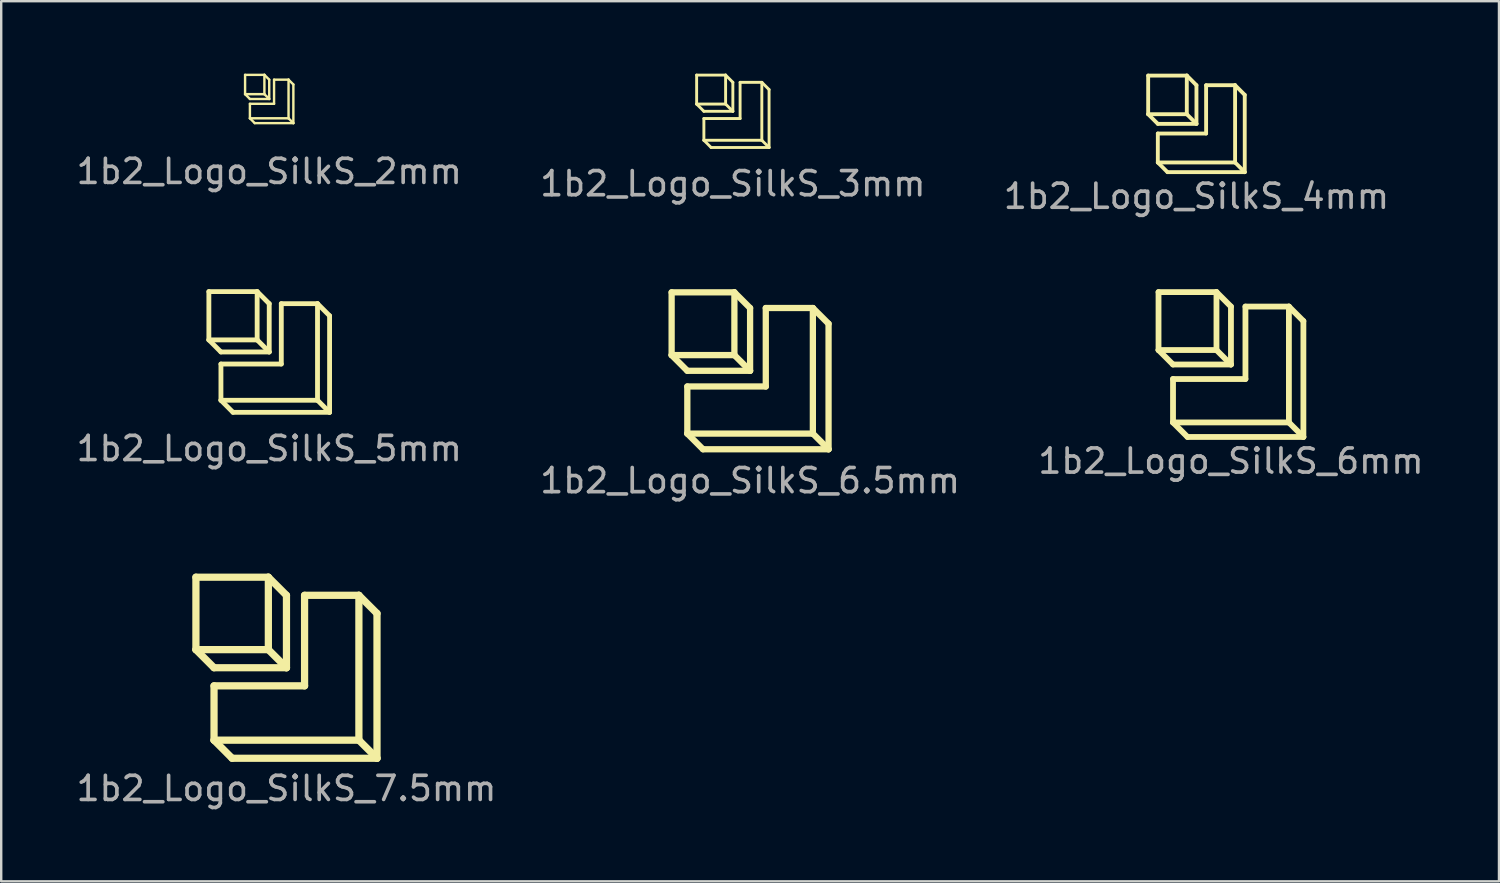
<source format=kicad_pcb>
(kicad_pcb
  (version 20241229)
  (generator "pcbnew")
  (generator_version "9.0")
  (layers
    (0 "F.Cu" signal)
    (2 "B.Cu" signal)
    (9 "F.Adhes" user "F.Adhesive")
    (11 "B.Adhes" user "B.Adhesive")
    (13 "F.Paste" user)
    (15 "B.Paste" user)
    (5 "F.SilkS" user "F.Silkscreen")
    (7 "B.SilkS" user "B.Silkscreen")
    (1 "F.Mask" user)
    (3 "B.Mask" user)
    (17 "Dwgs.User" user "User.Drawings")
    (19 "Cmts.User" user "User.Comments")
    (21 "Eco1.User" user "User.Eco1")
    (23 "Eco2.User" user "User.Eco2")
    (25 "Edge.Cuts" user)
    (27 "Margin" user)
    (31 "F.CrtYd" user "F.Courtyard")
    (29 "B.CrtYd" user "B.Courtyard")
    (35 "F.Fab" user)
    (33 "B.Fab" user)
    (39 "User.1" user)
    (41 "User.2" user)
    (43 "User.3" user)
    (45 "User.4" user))
  (footprint "1b2_Logo_SilkS_4mm"
    (layer "F.Cu")
    (at 46.506 2.08)
    (property "Reference" "1b2_Logo_SilkS_4mm" (at 0 3 0) (layer "F.Fab") (effects (font (size 1 1) (thickness 0.15))))
    (attr exclude_from_pos_files exclude_from_bom)
    (fp_line (start -2 -2) (end -2 -0.4) (stroke (width 0.16) (type solid)) (layer "F.SilkS"))
    (fp_line (start -2 -0.4) (end -1.6 0) (stroke (width 0.16) (type solid)) (layer "F.SilkS"))
    (fp_line (start -2 -0.4) (end -0.4 -0.4) (stroke (width 0.16) (type solid)) (layer "F.SilkS"))
    (fp_line (start -1.6 0) (end 0 0) (stroke (width 0.16) (type solid)) (layer "F.SilkS"))
    (fp_line (start -1.6 0.4) (end -1.6 1.6) (stroke (width 0.16) (type solid)) (layer "F.SilkS"))
    (fp_line (start -1.6 1.6) (end -1.2 2) (stroke (width 0.16) (type solid)) (layer "F.SilkS"))
    (fp_line (start -1.6 1.6) (end 1.6 1.6) (stroke (width 0.16) (type solid)) (layer "F.SilkS"))
    (fp_line (start -1.2 2) (end 2 2) (stroke (width 0.16) (type solid)) (layer "F.SilkS"))
    (fp_line (start -0.4 -2) (end -2 -2) (stroke (width 0.16) (type solid)) (layer "F.SilkS"))
    (fp_line (start -0.4 -2) (end 0 -1.6) (stroke (width 0.16) (type solid)) (layer "F.SilkS"))
    (fp_line (start -0.4 -0.4) (end -0.4 -2) (stroke (width 0.16) (type solid)) (layer "F.SilkS"))
    (fp_line (start 0 -1.6) (end 0 0) (stroke (width 0.16) (type solid)) (layer "F.SilkS"))
    (fp_line (start 0 0) (end -0.4 -0.4) (stroke (width 0.16) (type solid)) (layer "F.SilkS"))
    (fp_line (start 0.4 -1.6) (end 0.4 0.4) (stroke (width 0.16) (type solid)) (layer "F.SilkS"))
    (fp_line (start 0.4 0.4) (end -1.6 0.4) (stroke (width 0.16) (type solid)) (layer "F.SilkS"))
    (fp_line (start 1.6 -1.6) (end 0.4 -1.6) (stroke (width 0.16) (type solid)) (layer "F.SilkS"))
    (fp_line (start 1.6 -1.6) (end 2 -1.2) (stroke (width 0.16) (type solid)) (layer "F.SilkS"))
    (fp_line (start 1.6 1.6) (end 1.6 -1.6) (stroke (width 0.16) (type solid)) (layer "F.SilkS"))
    (fp_line (start 2 -1.2) (end 2 2) (stroke (width 0.16) (type solid)) (layer "F.SilkS"))
    (fp_line (start 2 2) (end 1.6 1.6) (stroke (width 0.16) (type solid)) (layer "F.SilkS")))
  (footprint "1b2_Logo_SilkS_5mm"
    (layer "F.Cu")
    (at 8.101 11.528)
    (property "Reference" "1b2_Logo_SilkS_5mm" (at 0 4 0) (layer "F.Fab") (effects (font (size 1 1) (thickness 0.15))))
    (attr exclude_from_pos_files exclude_from_bom)
    (fp_line (start -2.5 -2.5) (end -2.5 -0.5) (stroke (width 0.2) (type solid)) (layer "F.SilkS"))
    (fp_line (start -2.5 -0.5) (end -2 0) (stroke (width 0.2) (type solid)) (layer "F.SilkS"))
    (fp_line (start -2.5 -0.5) (end -0.5 -0.5) (stroke (width 0.2) (type solid)) (layer "F.SilkS"))
    (fp_line (start -2 0) (end 0 0) (stroke (width 0.2) (type solid)) (layer "F.SilkS"))
    (fp_line (start -2 0.5) (end -2 2) (stroke (width 0.2) (type solid)) (layer "F.SilkS"))
    (fp_line (start -2 2) (end -1.5 2.5) (stroke (width 0.2) (type solid)) (layer "F.SilkS"))
    (fp_line (start -2 2) (end 2 2) (stroke (width 0.2) (type solid)) (layer "F.SilkS"))
    (fp_line (start -1.5 2.5) (end 2.5 2.5) (stroke (width 0.2) (type solid)) (layer "F.SilkS"))
    (fp_line (start -0.5 -2.5) (end -2.5 -2.5) (stroke (width 0.2) (type solid)) (layer "F.SilkS"))
    (fp_line (start -0.5 -2.5) (end 0 -2) (stroke (width 0.2) (type solid)) (layer "F.SilkS"))
    (fp_line (start -0.5 -0.5) (end -0.5 -2.5) (stroke (width 0.2) (type solid)) (layer "F.SilkS"))
    (fp_line (start 0 -2) (end 0 0) (stroke (width 0.2) (type solid)) (layer "F.SilkS"))
    (fp_line (start 0 0) (end -0.5 -0.5) (stroke (width 0.2) (type solid)) (layer "F.SilkS"))
    (fp_line (start 0.5 -2) (end 0.5 0.5) (stroke (width 0.2) (type solid)) (layer "F.SilkS"))
    (fp_line (start 0.5 0.5) (end -2 0.5) (stroke (width 0.2) (type solid)) (layer "F.SilkS"))
    (fp_line (start 2 -2) (end 0.5 -2) (stroke (width 0.2) (type solid)) (layer "F.SilkS"))
    (fp_line (start 2 -2) (end 2.5 -1.5) (stroke (width 0.2) (type solid)) (layer "F.SilkS"))
    (fp_line (start 2 2) (end 2 -2) (stroke (width 0.2) (type solid)) (layer "F.SilkS"))
    (fp_line (start 2.5 -1.5) (end 2.5 2.5) (stroke (width 0.2) (type solid)) (layer "F.SilkS"))
    (fp_line (start 2.5 2.5) (end 2 2) (stroke (width 0.2) (type solid)) (layer "F.SilkS")))
  (footprint "1b2_Logo_SilkS_2mm"
    (layer "F.Cu")
    (at 8.101 1.05)
    (property "Reference" "1b2_Logo_SilkS_2mm" (at 0 3 0) (layer "F.Fab") (effects (font (size 1 1) (thickness 0.15))))
    (attr exclude_from_pos_files exclude_from_bom)
    (fp_line (start -1 -1) (end -1 -0.2) (stroke (width 0.1) (type solid)) (layer "F.SilkS"))
    (fp_line (start -1 -0.2) (end -0.8 0) (stroke (width 0.1) (type solid)) (layer "F.SilkS"))
    (fp_line (start -1 -0.2) (end -0.2 -0.2) (stroke (width 0.1) (type solid)) (layer "F.SilkS"))
    (fp_line (start -0.8 0) (end 0 0) (stroke (width 0.1) (type solid)) (layer "F.SilkS"))
    (fp_line (start -0.8 0.2) (end -0.8 0.8) (stroke (width 0.1) (type solid)) (layer "F.SilkS"))
    (fp_line (start -0.8 0.8) (end -0.6 1) (stroke (width 0.1) (type solid)) (layer "F.SilkS"))
    (fp_line (start -0.8 0.8) (end 0.8 0.8) (stroke (width 0.1) (type solid)) (layer "F.SilkS"))
    (fp_line (start -0.6 1) (end 1 1) (stroke (width 0.1) (type solid)) (layer "F.SilkS"))
    (fp_line (start -0.2 -1) (end -1 -1) (stroke (width 0.1) (type solid)) (layer "F.SilkS"))
    (fp_line (start -0.2 -1) (end 0 -0.8) (stroke (width 0.1) (type solid)) (layer "F.SilkS"))
    (fp_line (start -0.2 -0.2) (end -0.2 -1) (stroke (width 0.1) (type solid)) (layer "F.SilkS"))
    (fp_line (start 0 -0.8) (end 0 0) (stroke (width 0.1) (type solid)) (layer "F.SilkS"))
    (fp_line (start 0 0) (end -0.2 -0.2) (stroke (width 0.1) (type solid)) (layer "F.SilkS"))
    (fp_line (start 0.2 -0.8) (end 0.2 0.2) (stroke (width 0.1) (type solid)) (layer "F.SilkS"))
    (fp_line (start 0.2 0.2) (end -0.8 0.2) (stroke (width 0.1) (type solid)) (layer "F.SilkS"))
    (fp_line (start 0.8 -0.8) (end 0.2 -0.8) (stroke (width 0.1) (type solid)) (layer "F.SilkS"))
    (fp_line (start 0.8 -0.8) (end 1 -0.6) (stroke (width 0.1) (type solid)) (layer "F.SilkS"))
    (fp_line (start 0.8 0.8) (end 0.8 -0.8) (stroke (width 0.1) (type solid)) (layer "F.SilkS"))
    (fp_line (start 1 -0.6) (end 1 1) (stroke (width 0.1) (type solid)) (layer "F.SilkS"))
    (fp_line (start 1 1) (end 0.8 0.8) (stroke (width 0.1) (type solid)) (layer "F.SilkS")))
  (footprint "1b2_Logo_SilkS_6mm"
    (layer "F.Cu")
    (at 47.935 12.048)
    (property "Reference" "1b2_Logo_SilkS_6mm" (at 0 4 0) (layer "F.Fab") (effects (font (size 1 1) (thickness 0.15))))
    (attr exclude_from_pos_files exclude_from_bom)
    (fp_line (start -3 -3) (end -0.6 -3) (stroke (width 0.24) (type solid)) (layer "F.SilkS"))
    (fp_line (start -3 -0.6) (end -3 -3) (stroke (width 0.24) (type solid)) (layer "F.SilkS"))
    (fp_line (start -2.4 0) (end -3 -0.6) (stroke (width 0.24) (type solid)) (layer "F.SilkS"))
    (fp_line (start -2.4 0.6) (end 0.6 0.6) (stroke (width 0.24) (type solid)) (layer "F.SilkS"))
    (fp_line (start -2.4 2.4) (end -2.4 0.6) (stroke (width 0.24) (type solid)) (layer "F.SilkS"))
    (fp_line (start -1.8 3) (end -2.4 2.4) (stroke (width 0.24) (type solid)) (layer "F.SilkS"))
    (fp_line (start -0.6 -3) (end -0.6 -0.6) (stroke (width 0.24) (type solid)) (layer "F.SilkS"))
    (fp_line (start -0.6 -3) (end 0 -2.4) (stroke (width 0.24) (type solid)) (layer "F.SilkS"))
    (fp_line (start -0.6 -0.6) (end -3 -0.6) (stroke (width 0.24) (type solid)) (layer "F.SilkS"))
    (fp_line (start -0.6 -0.6) (end 0 0) (stroke (width 0.24) (type solid)) (layer "F.SilkS"))
    (fp_line (start 0 -2.4) (end 0 0) (stroke (width 0.24) (type solid)) (layer "F.SilkS"))
    (fp_line (start 0 0) (end -2.4 0) (stroke (width 0.24) (type solid)) (layer "F.SilkS"))
    (fp_line (start 0.6 -2.4) (end 2.4 -2.4) (stroke (width 0.24) (type solid)) (layer "F.SilkS"))
    (fp_line (start 0.6 0.6) (end 0.6 -2.4) (stroke (width 0.24) (type solid)) (layer "F.SilkS"))
    (fp_line (start 2.4 -2.4) (end 2.4 2.4) (stroke (width 0.24) (type solid)) (layer "F.SilkS"))
    (fp_line (start 2.4 -2.4) (end 3 -1.8) (stroke (width 0.24) (type solid)) (layer "F.SilkS"))
    (fp_line (start 2.4 2.4) (end -2.4 2.4) (stroke (width 0.24) (type solid)) (layer "F.SilkS"))
    (fp_line (start 2.4 2.4) (end 3 3) (stroke (width 0.24) (type solid)) (layer "F.SilkS"))
    (fp_line (start 3 -1.8) (end 3 3) (stroke (width 0.24) (type solid)) (layer "F.SilkS"))
    (fp_line (start 3 3) (end -1.8 3) (stroke (width 0.24) (type solid)) (layer "F.SilkS")))
  (footprint "1b2_Logo_SilkS_3mm"
    (layer "F.Cu")
    (at 27.304 1.56)
    (property "Reference" "1b2_Logo_SilkS_3mm" (at 0 3 0) (layer "F.Fab") (effects (font (size 1 1) (thickness 0.15))))
    (attr exclude_from_pos_files exclude_from_bom)
    (fp_line (start -1.5 -1.5) (end -1.5 -0.3) (stroke (width 0.12) (type solid)) (layer "F.SilkS"))
    (fp_line (start -1.5 -0.3) (end -1.2 0) (stroke (width 0.12) (type solid)) (layer "F.SilkS"))
    (fp_line (start -1.5 -0.3) (end -0.3 -0.3) (stroke (width 0.12) (type solid)) (layer "F.SilkS"))
    (fp_line (start -1.2 0) (end 0 0) (stroke (width 0.12) (type solid)) (layer "F.SilkS"))
    (fp_line (start -1.2 0.3) (end -1.2 1.2) (stroke (width 0.12) (type solid)) (layer "F.SilkS"))
    (fp_line (start -1.2 1.2) (end -0.9 1.5) (stroke (width 0.12) (type solid)) (layer "F.SilkS"))
    (fp_line (start -1.2 1.2) (end 1.2 1.2) (stroke (width 0.12) (type solid)) (layer "F.SilkS"))
    (fp_line (start -0.9 1.5) (end 1.5 1.5) (stroke (width 0.12) (type solid)) (layer "F.SilkS"))
    (fp_line (start -0.3 -1.5) (end -1.5 -1.5) (stroke (width 0.12) (type solid)) (layer "F.SilkS"))
    (fp_line (start -0.3 -1.5) (end 0 -1.2) (stroke (width 0.12) (type solid)) (layer "F.SilkS"))
    (fp_line (start -0.3 -0.3) (end -0.3 -1.5) (stroke (width 0.12) (type solid)) (layer "F.SilkS"))
    (fp_line (start 0 -1.2) (end 0 0) (stroke (width 0.12) (type solid)) (layer "F.SilkS"))
    (fp_line (start 0 0) (end -0.3 -0.3) (stroke (width 0.12) (type solid)) (layer "F.SilkS"))
    (fp_line (start 0.3 -1.2) (end 0.3 0.3) (stroke (width 0.12) (type solid)) (layer "F.SilkS"))
    (fp_line (start 0.3 0.3) (end -1.2 0.3) (stroke (width 0.12) (type solid)) (layer "F.SilkS"))
    (fp_line (start 1.2 -1.2) (end 0.3 -1.2) (stroke (width 0.12) (type solid)) (layer "F.SilkS"))
    (fp_line (start 1.2 -1.2) (end 1.5 -0.9) (stroke (width 0.12) (type solid)) (layer "F.SilkS"))
    (fp_line (start 1.2 1.2) (end 1.2 -1.2) (stroke (width 0.12) (type solid)) (layer "F.SilkS"))
    (fp_line (start 1.5 -0.9) (end 1.5 1.5) (stroke (width 0.12) (type solid)) (layer "F.SilkS"))
    (fp_line (start 1.5 1.5) (end 1.2 1.2) (stroke (width 0.12) (type solid)) (layer "F.SilkS")))
  (footprint "1b2_Logo_SilkS_6.5mm"
    (layer "F.Cu")
    (at 28.018 12.308)
    (property "Reference" "1b2_Logo_SilkS_6.5mm" (at 0 4.55 0) (layer "F.Fab") (effects (font (size 1 1) (thickness 0.15))))
    (attr exclude_from_pos_files exclude_from_bom)
    (fp_line (start -3.25 -3.25) (end -3.25 -0.65) (stroke (width 0.26) (type solid)) (layer "F.SilkS"))
    (fp_line (start -3.25 -0.65) (end -2.6 0) (stroke (width 0.26) (type solid)) (layer "F.SilkS"))
    (fp_line (start -3.25 -0.65) (end -0.65 -0.65) (stroke (width 0.26) (type solid)) (layer "F.SilkS"))
    (fp_line (start -2.6 0) (end 0 0) (stroke (width 0.26) (type solid)) (layer "F.SilkS"))
    (fp_line (start -2.6 0.65) (end -2.6 2.6) (stroke (width 0.26) (type solid)) (layer "F.SilkS"))
    (fp_line (start -2.6 2.6) (end -1.95 3.25) (stroke (width 0.26) (type solid)) (layer "F.SilkS"))
    (fp_line (start -2.6 2.6) (end 2.6 2.6) (stroke (width 0.26) (type solid)) (layer "F.SilkS"))
    (fp_line (start -1.95 3.25) (end 3.25 3.25) (stroke (width 0.26) (type solid)) (layer "F.SilkS"))
    (fp_line (start -0.65 -3.25) (end -3.25 -3.25) (stroke (width 0.26) (type solid)) (layer "F.SilkS"))
    (fp_line (start -0.65 -3.25) (end 0 -2.6) (stroke (width 0.26) (type solid)) (layer "F.SilkS"))
    (fp_line (start -0.65 -0.65) (end -0.65 -3.25) (stroke (width 0.26) (type solid)) (layer "F.SilkS"))
    (fp_line (start 0 -2.6) (end 0 0) (stroke (width 0.26) (type solid)) (layer "F.SilkS"))
    (fp_line (start 0 0) (end -0.65 -0.65) (stroke (width 0.26) (type solid)) (layer "F.SilkS"))
    (fp_line (start 0.65 -2.6) (end 0.65 0.65) (stroke (width 0.26) (type solid)) (layer "F.SilkS"))
    (fp_line (start 0.65 0.65) (end -2.6 0.65) (stroke (width 0.26) (type solid)) (layer "F.SilkS"))
    (fp_line (start 2.6 -2.6) (end 0.65 -2.6) (stroke (width 0.26) (type solid)) (layer "F.SilkS"))
    (fp_line (start 2.6 -2.6) (end 3.25 -1.95) (stroke (width 0.26) (type solid)) (layer "F.SilkS"))
    (fp_line (start 2.6 2.6) (end 2.6 -2.6) (stroke (width 0.26) (type solid)) (layer "F.SilkS"))
    (fp_line (start 3.25 -1.95) (end 3.25 3.25) (stroke (width 0.26) (type solid)) (layer "F.SilkS"))
    (fp_line (start 3.25 3.25) (end 2.6 2.6) (stroke (width 0.26) (type solid)) (layer "F.SilkS")))
  (footprint "1b2_Logo_SilkS_7.5mm"
    (layer "F.Cu")
    (at 8.815 24.607)
    (property "Reference" "1b2_Logo_SilkS_7.5mm" (at 0 5 0) (layer "F.Fab") (effects (font (size 1 1) (thickness 0.15))))
    (attr exclude_from_pos_files exclude_from_bom)
    (fp_line (start -3.75 -3.75) (end -3.75 -0.75) (stroke (width 0.3) (type solid)) (layer "F.SilkS"))
    (fp_line (start -3.75 -0.75) (end -3 0) (stroke (width 0.3) (type solid)) (layer "F.SilkS"))
    (fp_line (start -3.75 -0.75) (end -0.75 -0.75) (stroke (width 0.3) (type solid)) (layer "F.SilkS"))
    (fp_line (start -3 0) (end 0 0) (stroke (width 0.3) (type solid)) (layer "F.SilkS"))
    (fp_line (start -3 0.75) (end -3 3) (stroke (width 0.3) (type solid)) (layer "F.SilkS"))
    (fp_line (start -3 3) (end -2.25 3.75) (stroke (width 0.3) (type solid)) (layer "F.SilkS"))
    (fp_line (start -3 3) (end 3 3) (stroke (width 0.3) (type solid)) (layer "F.SilkS"))
    (fp_line (start -2.25 3.75) (end 3.75 3.75) (stroke (width 0.3) (type solid)) (layer "F.SilkS"))
    (fp_line (start -0.75 -3.75) (end -3.75 -3.75) (stroke (width 0.3) (type solid)) (layer "F.SilkS"))
    (fp_line (start -0.75 -3.75) (end 0 -3) (stroke (width 0.3) (type solid)) (layer "F.SilkS"))
    (fp_line (start -0.75 -0.75) (end -0.75 -3.75) (stroke (width 0.3) (type solid)) (layer "F.SilkS"))
    (fp_line (start 0 -3) (end 0 0) (stroke (width 0.3) (type solid)) (layer "F.SilkS"))
    (fp_line (start 0 0) (end -0.75 -0.75) (stroke (width 0.3) (type solid)) (layer "F.SilkS"))
    (fp_line (start 0.75 -3) (end 0.75 0.75) (stroke (width 0.3) (type solid)) (layer "F.SilkS"))
    (fp_line (start 0.75 0.75) (end -3 0.75) (stroke (width 0.3) (type solid)) (layer "F.SilkS"))
    (fp_line (start 3 -3) (end 0.75 -3) (stroke (width 0.3) (type solid)) (layer "F.SilkS"))
    (fp_line (start 3 -3) (end 3.75 -2.25) (stroke (width 0.3) (type solid)) (layer "F.SilkS"))
    (fp_line (start 3 3) (end 3 -3) (stroke (width 0.3) (type solid)) (layer "F.SilkS"))
    (fp_line (start 3.75 -2.25) (end 3.75 3.75) (stroke (width 0.3) (type solid)) (layer "F.SilkS"))
    (fp_line (start 3.75 3.75) (end 3 3) (stroke (width 0.3) (type solid)) (layer "F.SilkS")))
  (gr_rect
    (start -3 -3)
    (end 59.036 33.455)
    (stroke (width 0.1) (type default))
    (fill no)
    (layer "Edge.Cuts")))
</source>
